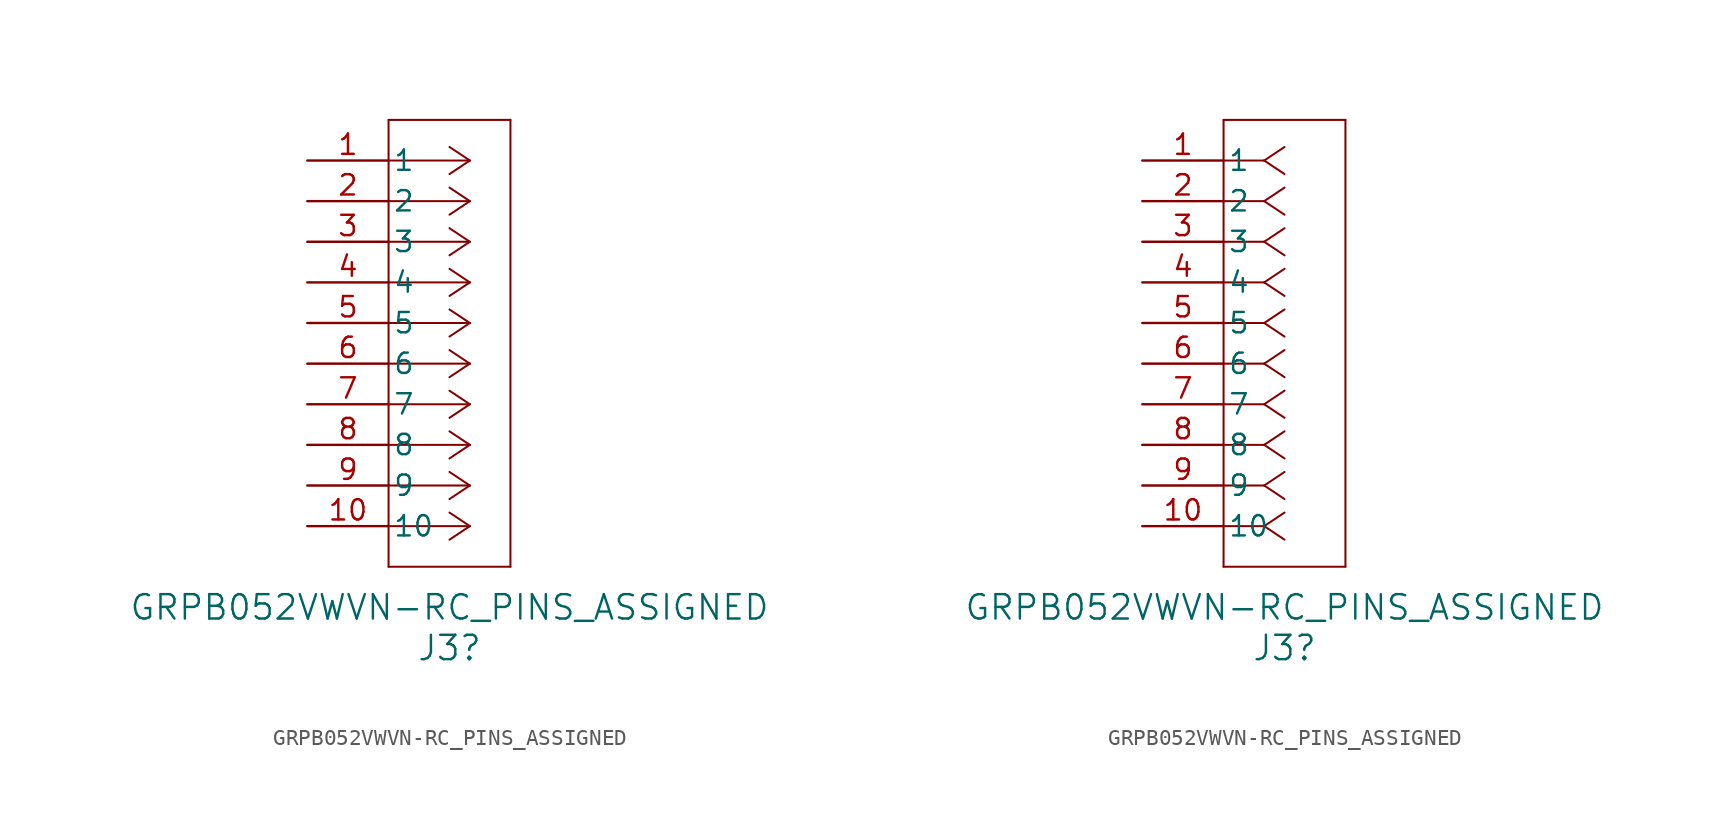
<source format=kicad_sym>
(kicad_symbol_lib
  (version 20220914)
  (generator kicad_symbol_editor)
  (symbol "GRPB052VWVN-RC_PINS_ASSIGNED"
    (pin_names
      (offset 0.254))
    (property "Reference" "J3"
      (at 8.89 -30.48 0)
      (effects (font (size 1.524 1.524))))
    (property "Value" "GRPB052VWVN-RC_PINS_ASSIGNED"
      (at 8.89 -27.94 0)
      (effects (font (size 1.524 1.524))))
    (property "ki_locked" ""
      (at 0 0 0)
      (effects (font (size 1.27 1.27))))
    (symbol "GRPB052VWVN-RC_PINS_ASSIGNED_1_1"
      (polyline (pts (xy 5.08 -25.4) (xy 12.7 -25.4)) (stroke (width 0.127) (type default)) (fill (type none)))
      (polyline (pts (xy 5.08 2.54) (xy 5.08 -25.4)) (stroke (width 0.127) (type default)) (fill (type none)))
      (polyline (pts (xy 10.16 -22.86) (xy 5.08 -22.86)) (stroke (width 0.127) (type default)) (fill (type none)))
      (polyline (pts (xy 10.16 -22.86) (xy 8.89 -23.707)) (stroke (width 0.127) (type default)) (fill (type none)))
      (polyline (pts (xy 10.16 -22.86) (xy 8.89 -22.013)) (stroke (width 0.127) (type default)) (fill (type none)))
      (polyline (pts (xy 10.16 -20.32) (xy 5.08 -20.32)) (stroke (width 0.127) (type default)) (fill (type none)))
      (polyline (pts (xy 10.16 -20.32) (xy 8.89 -21.167)) (stroke (width 0.127) (type default)) (fill (type none)))
      (polyline (pts (xy 10.16 -20.32) (xy 8.89 -19.473)) (stroke (width 0.127) (type default)) (fill (type none)))
      (polyline (pts (xy 10.16 -17.78) (xy 5.08 -17.78)) (stroke (width 0.127) (type default)) (fill (type none)))
      (polyline (pts (xy 10.16 -17.78) (xy 8.89 -18.627)) (stroke (width 0.127) (type default)) (fill (type none)))
      (polyline (pts (xy 10.16 -17.78) (xy 8.89 -16.933)) (stroke (width 0.127) (type default)) (fill (type none)))
      (polyline (pts (xy 10.16 -15.24) (xy 5.08 -15.24)) (stroke (width 0.127) (type default)) (fill (type none)))
      (polyline (pts (xy 10.16 -15.24) (xy 8.89 -16.087)) (stroke (width 0.127) (type default)) (fill (type none)))
      (polyline (pts (xy 10.16 -15.24) (xy 8.89 -14.393)) (stroke (width 0.127) (type default)) (fill (type none)))
      (polyline (pts (xy 10.16 -12.7) (xy 5.08 -12.7)) (stroke (width 0.127) (type default)) (fill (type none)))
      (polyline (pts (xy 10.16 -12.7) (xy 8.89 -13.547)) (stroke (width 0.127) (type default)) (fill (type none)))
      (polyline (pts (xy 10.16 -12.7) (xy 8.89 -11.853)) (stroke (width 0.127) (type default)) (fill (type none)))
      (polyline (pts (xy 10.16 -10.16) (xy 5.08 -10.16)) (stroke (width 0.127) (type default)) (fill (type none)))
      (polyline (pts (xy 10.16 -10.16) (xy 8.89 -11.007)) (stroke (width 0.127) (type default)) (fill (type none)))
      (polyline (pts (xy 10.16 -10.16) (xy 8.89 -9.313)) (stroke (width 0.127) (type default)) (fill (type none)))
      (polyline (pts (xy 10.16 -7.62) (xy 5.08 -7.62)) (stroke (width 0.127) (type default)) (fill (type none)))
      (polyline (pts (xy 10.16 -7.62) (xy 8.89 -8.467)) (stroke (width 0.127) (type default)) (fill (type none)))
      (polyline (pts (xy 10.16 -7.62) (xy 8.89 -6.773)) (stroke (width 0.127) (type default)) (fill (type none)))
      (polyline (pts (xy 10.16 -5.08) (xy 5.08 -5.08)) (stroke (width 0.127) (type default)) (fill (type none)))
      (polyline (pts (xy 10.16 -5.08) (xy 8.89 -5.927)) (stroke (width 0.127) (type default)) (fill (type none)))
      (polyline (pts (xy 10.16 -5.08) (xy 8.89 -4.233)) (stroke (width 0.127) (type default)) (fill (type none)))
      (polyline (pts (xy 10.16 -2.54) (xy 5.08 -2.54)) (stroke (width 0.127) (type default)) (fill (type none)))
      (polyline (pts (xy 10.16 -2.54) (xy 8.89 -3.387)) (stroke (width 0.127) (type default)) (fill (type none)))
      (polyline (pts (xy 10.16 -2.54) (xy 8.89 -1.693)) (stroke (width 0.127) (type default)) (fill (type none)))
      (polyline (pts (xy 10.16 0) (xy 5.08 0)) (stroke (width 0.127) (type default)) (fill (type none)))
      (polyline (pts (xy 10.16 0) (xy 8.89 -0.847)) (stroke (width 0.127) (type default)) (fill (type none)))
      (polyline (pts (xy 10.16 0) (xy 8.89 0.847)) (stroke (width 0.127) (type default)) (fill (type none)))
      (polyline (pts (xy 12.7 -25.4) (xy 12.7 2.54)) (stroke (width 0.127) (type default)) (fill (type none)))
      (polyline (pts (xy 12.7 2.54) (xy 5.08 2.54)) (stroke (width 0.127) (type default)) (fill (type none)))
      (pin power_in line (at 0 0 0) (length 5.08) (name "1" (effects (font (size 1.27 1.27)))) (number "1" (effects (font (size 1.27 1.27)))))
      (pin free line (at 0 -22.86 0) (length 5.08) (name "10" (effects (font (size 1.27 1.27)))) (number "10" (effects (font (size 1.27 1.27)))))
      (pin bidirectional line (at 0 -2.54 0) (length 5.08) (name "2" (effects (font (size 1.27 1.27)))) (number "2" (effects (font (size 1.27 1.27)))))
      (pin power_in line (at 0 -5.08 0) (length 5.08) (name "3" (effects (font (size 1.27 1.27)))) (number "3" (effects (font (size 1.27 1.27)))))
      (pin bidirectional line (at 0 -7.62 0) (length 5.08) (name "4" (effects (font (size 1.27 1.27)))) (number "4" (effects (font (size 1.27 1.27)))))
      (pin power_in line (at 0 -10.16 0) (length 5.08) (name "5" (effects (font (size 1.27 1.27)))) (number "5" (effects (font (size 1.27 1.27)))))
      (pin bidirectional line (at 0 -12.7 0) (length 5.08) (name "6" (effects (font (size 1.27 1.27)))) (number "6" (effects (font (size 1.27 1.27)))))
      (pin free line (at 0 -15.24 0) (length 5.08) (name "7" (effects (font (size 1.27 1.27)))) (number "7" (effects (font (size 1.27 1.27)))))
      (pin bidirectional line (at 0 -17.78 0) (length 5.08) (name "8" (effects (font (size 1.27 1.27)))) (number "8" (effects (font (size 1.27 1.27)))))
      (pin power_in line (at 0 -20.32 0) (length 5.08) (name "9" (effects (font (size 1.27 1.27)))) (number "9" (effects (font (size 1.27 1.27))))))
    (symbol "GRPB052VWVN-RC_PINS_ASSIGNED_1_2"
      (polyline (pts (xy 5.08 -25.4) (xy 12.7 -25.4)) (stroke (width 0.127) (type default)) (fill (type none)))
      (polyline (pts (xy 5.08 2.54) (xy 5.08 -25.4)) (stroke (width 0.127) (type default)) (fill (type none)))
      (polyline (pts (xy 7.62 -22.86) (xy 5.08 -22.86)) (stroke (width 0.127) (type default)) (fill (type none)))
      (polyline (pts (xy 7.62 -22.86) (xy 8.89 -23.707)) (stroke (width 0.127) (type default)) (fill (type none)))
      (polyline (pts (xy 7.62 -22.86) (xy 8.89 -22.013)) (stroke (width 0.127) (type default)) (fill (type none)))
      (polyline (pts (xy 7.62 -20.32) (xy 5.08 -20.32)) (stroke (width 0.127) (type default)) (fill (type none)))
      (polyline (pts (xy 7.62 -20.32) (xy 8.89 -21.167)) (stroke (width 0.127) (type default)) (fill (type none)))
      (polyline (pts (xy 7.62 -20.32) (xy 8.89 -19.473)) (stroke (width 0.127) (type default)) (fill (type none)))
      (polyline (pts (xy 7.62 -17.78) (xy 5.08 -17.78)) (stroke (width 0.127) (type default)) (fill (type none)))
      (polyline (pts (xy 7.62 -17.78) (xy 8.89 -18.627)) (stroke (width 0.127) (type default)) (fill (type none)))
      (polyline (pts (xy 7.62 -17.78) (xy 8.89 -16.933)) (stroke (width 0.127) (type default)) (fill (type none)))
      (polyline (pts (xy 7.62 -15.24) (xy 5.08 -15.24)) (stroke (width 0.127) (type default)) (fill (type none)))
      (polyline (pts (xy 7.62 -15.24) (xy 8.89 -16.087)) (stroke (width 0.127) (type default)) (fill (type none)))
      (polyline (pts (xy 7.62 -15.24) (xy 8.89 -14.393)) (stroke (width 0.127) (type default)) (fill (type none)))
      (polyline (pts (xy 7.62 -12.7) (xy 5.08 -12.7)) (stroke (width 0.127) (type default)) (fill (type none)))
      (polyline (pts (xy 7.62 -12.7) (xy 8.89 -13.547)) (stroke (width 0.127) (type default)) (fill (type none)))
      (polyline (pts (xy 7.62 -12.7) (xy 8.89 -11.853)) (stroke (width 0.127) (type default)) (fill (type none)))
      (polyline (pts (xy 7.62 -10.16) (xy 5.08 -10.16)) (stroke (width 0.127) (type default)) (fill (type none)))
      (polyline (pts (xy 7.62 -10.16) (xy 8.89 -11.007)) (stroke (width 0.127) (type default)) (fill (type none)))
      (polyline (pts (xy 7.62 -10.16) (xy 8.89 -9.313)) (stroke (width 0.127) (type default)) (fill (type none)))
      (polyline (pts (xy 7.62 -7.62) (xy 5.08 -7.62)) (stroke (width 0.127) (type default)) (fill (type none)))
      (polyline (pts (xy 7.62 -7.62) (xy 8.89 -8.467)) (stroke (width 0.127) (type default)) (fill (type none)))
      (polyline (pts (xy 7.62 -7.62) (xy 8.89 -6.773)) (stroke (width 0.127) (type default)) (fill (type none)))
      (polyline (pts (xy 7.62 -5.08) (xy 5.08 -5.08)) (stroke (width 0.127) (type default)) (fill (type none)))
      (polyline (pts (xy 7.62 -5.08) (xy 8.89 -5.927)) (stroke (width 0.127) (type default)) (fill (type none)))
      (polyline (pts (xy 7.62 -5.08) (xy 8.89 -4.233)) (stroke (width 0.127) (type default)) (fill (type none)))
      (polyline (pts (xy 7.62 -2.54) (xy 5.08 -2.54)) (stroke (width 0.127) (type default)) (fill (type none)))
      (polyline (pts (xy 7.62 -2.54) (xy 8.89 -3.387)) (stroke (width 0.127) (type default)) (fill (type none)))
      (polyline (pts (xy 7.62 -2.54) (xy 8.89 -1.693)) (stroke (width 0.127) (type default)) (fill (type none)))
      (polyline (pts (xy 7.62 0) (xy 5.08 0)) (stroke (width 0.127) (type default)) (fill (type none)))
      (polyline (pts (xy 7.62 0) (xy 8.89 -0.847)) (stroke (width 0.127) (type default)) (fill (type none)))
      (polyline (pts (xy 7.62 0) (xy 8.89 0.847)) (stroke (width 0.127) (type default)) (fill (type none)))
      (polyline (pts (xy 12.7 -25.4) (xy 12.7 2.54)) (stroke (width 0.127) (type default)) (fill (type none)))
      (polyline (pts (xy 12.7 2.54) (xy 5.08 2.54)) (stroke (width 0.127) (type default)) (fill (type none)))
      (pin unspecified line (at 0 0 0) (length 5.08) (name "1" (effects (font (size 1.27 1.27)))) (number "1" (effects (font (size 1.27 1.27)))))
      (pin unspecified line (at 0 -22.86 0) (length 5.08) (name "10" (effects (font (size 1.27 1.27)))) (number "10" (effects (font (size 1.27 1.27)))))
      (pin unspecified line (at 0 -2.54 0) (length 5.08) (name "2" (effects (font (size 1.27 1.27)))) (number "2" (effects (font (size 1.27 1.27)))))
      (pin unspecified line (at 0 -5.08 0) (length 5.08) (name "3" (effects (font (size 1.27 1.27)))) (number "3" (effects (font (size 1.27 1.27)))))
      (pin unspecified line (at 0 -7.62 0) (length 5.08) (name "4" (effects (font (size 1.27 1.27)))) (number "4" (effects (font (size 1.27 1.27)))))
      (pin unspecified line (at 0 -10.16 0) (length 5.08) (name "5" (effects (font (size 1.27 1.27)))) (number "5" (effects (font (size 1.27 1.27)))))
      (pin unspecified line (at 0 -12.7 0) (length 5.08) (name "6" (effects (font (size 1.27 1.27)))) (number "6" (effects (font (size 1.27 1.27)))))
      (pin unspecified line (at 0 -15.24 0) (length 5.08) (name "7" (effects (font (size 1.27 1.27)))) (number "7" (effects (font (size 1.27 1.27)))))
      (pin unspecified line (at 0 -17.78 0) (length 5.08) (name "8" (effects (font (size 1.27 1.27)))) (number "8" (effects (font (size 1.27 1.27)))))
      (pin unspecified line (at 0 -20.32 0) (length 5.08) (name "9" (effects (font (size 1.27 1.27)))) (number "9" (effects (font (size 1.27 1.27))))))))
</source>
